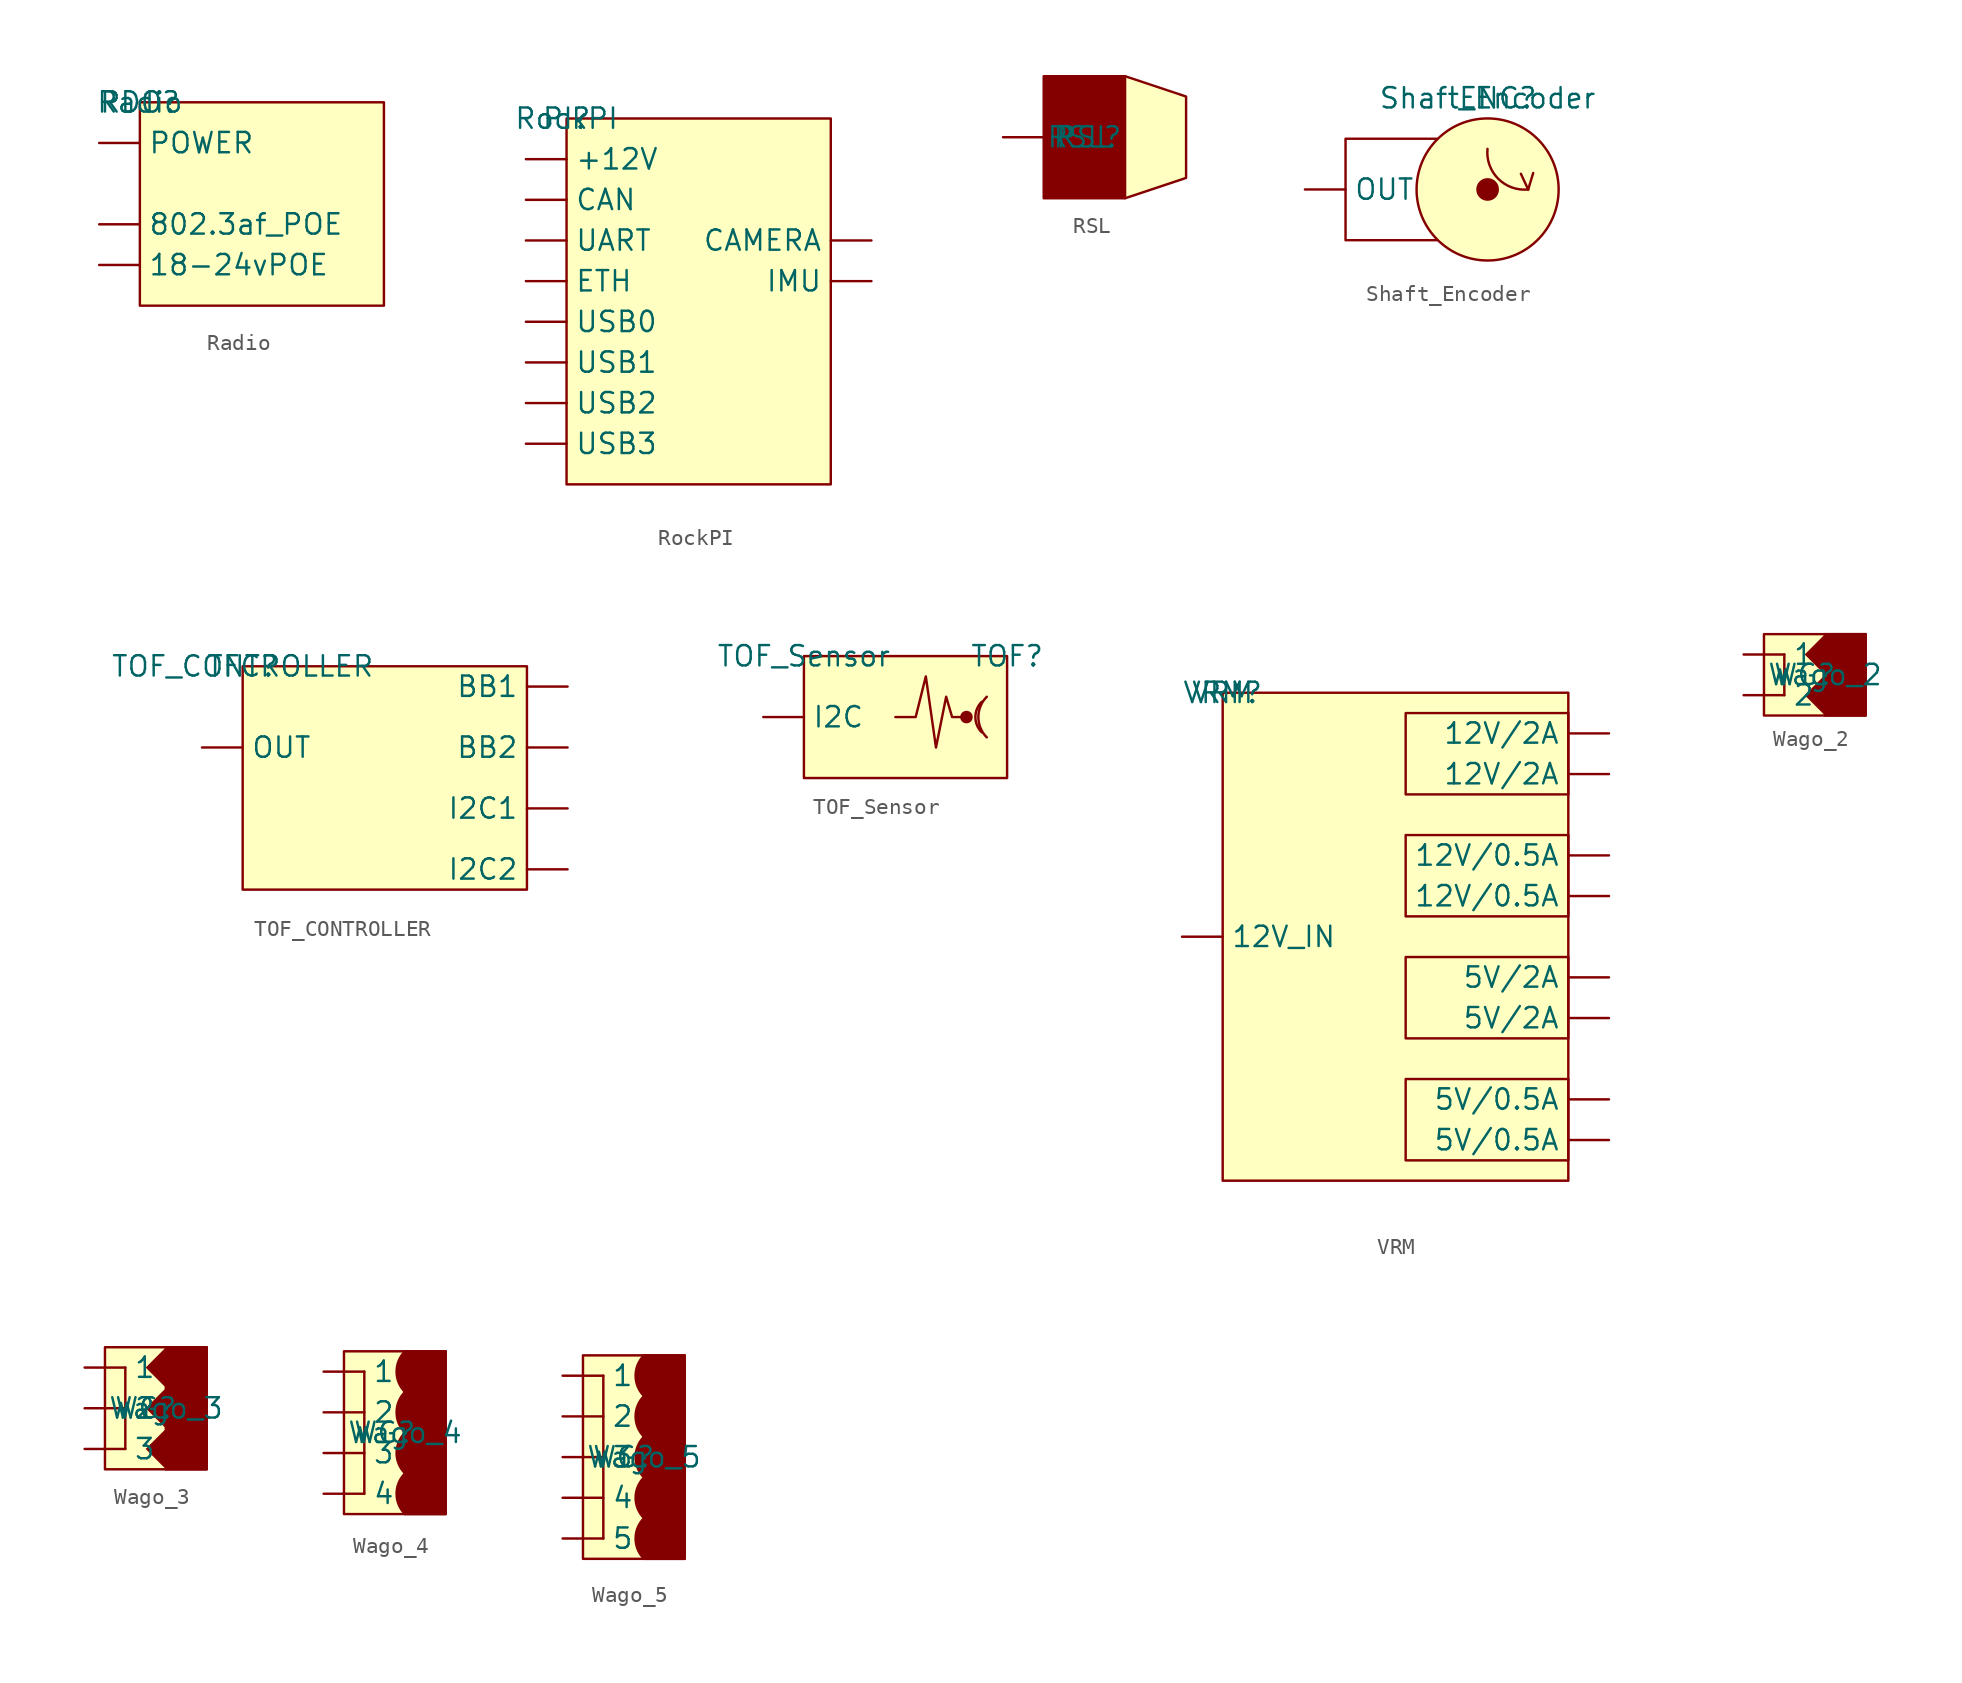
<source format=kicad_sym>
(kicad_symbol_lib
  (version 20211014)
  (generator kicad_symbol_editor)
  (symbol "Radio"
    (property "Reference" "RDO"
      (at 0 0 0)
      (effects (font (size 1.27 1.27))))
    (property "Value" "Radio"
      (at 0 0 0)
      (effects (font (size 1.27 1.27))))
    (symbol "Radio_0_0"
      (pin unspecified line (at -2.54 -10.16 0) (length 2.54) (name "18-24vPOE" (effects (font (size 1.27 1.27)))) (number "" (effects (font (size 1.27 1.27)))))
      (pin unspecified line (at -2.54 -7.62 0) (length 2.54) (name "802.3af_POE" (effects (font (size 1.27 1.27)))) (number "" (effects (font (size 1.27 1.27)))))
      (pin unspecified line (at -2.54 -2.54 0) (length 2.54) (name "POWER" (effects (font (size 1.27 1.27)))) (number "" (effects (font (size 1.27 1.27))))))
    (symbol "Radio_0_1"
      (rectangle (start 0 0) (end 15.24 -12.7) (stroke (width 0) (type default) (color 0 0 0 0)) (fill (type background)))))
  (symbol "RockPI"
    (property "Reference" "PI"
      (at 0 0 0)
      (effects (font (size 1.27 1.27))))
    (property "Value" "RockPI"
      (at 0 0 0)
      (effects (font (size 1.27 1.27))))
    (symbol "RockPI_0_1"
      (rectangle (start 0 0) (end 16.51 -22.86) (stroke (width 0) (type default) (color 0 0 0 0)) (fill (type background))))
    (symbol "RockPI_1_1"
      (pin input line (at -2.54 -2.54 0) (length 2.54) (name "+12V" (effects (font (size 1.27 1.27)))) (number "" (effects (font (size 1.27 1.27)))))
      (pin input line (at 19.05 -7.62 180) (length 2.54) (name "CAMERA" (effects (font (size 1.27 1.27)))) (number "" (effects (font (size 1.27 1.27)))))
      (pin input line (at -2.54 -5.08 0) (length 2.54) (name "CAN" (effects (font (size 1.27 1.27)))) (number "" (effects (font (size 1.27 1.27)))))
      (pin input line (at -2.54 -10.16 0) (length 2.54) (name "ETH" (effects (font (size 1.27 1.27)))) (number "" (effects (font (size 1.27 1.27)))))
      (pin input line (at 19.05 -10.16 180) (length 2.54) (name "IMU" (effects (font (size 1.27 1.27)))) (number "" (effects (font (size 1.27 1.27)))))
      (pin input line (at -2.54 -7.62 0) (length 2.54) (name "UART" (effects (font (size 1.27 1.27)))) (number "" (effects (font (size 1.27 1.27)))))
      (pin input line (at -2.54 -12.7 0) (length 2.54) (name "USB0" (effects (font (size 1.27 1.27)))) (number "" (effects (font (size 1.27 1.27)))))
      (pin input line (at -2.54 -15.24 0) (length 2.54) (name "USB1" (effects (font (size 1.27 1.27)))) (number "" (effects (font (size 1.27 1.27)))))
      (pin input line (at -2.54 -17.78 0) (length 2.54) (name "USB2" (effects (font (size 1.27 1.27)))) (number "" (effects (font (size 1.27 1.27)))))
      (pin input line (at -2.54 -20.32 0) (length 2.54) (name "USB3" (effects (font (size 1.27 1.27)))) (number "" (effects (font (size 1.27 1.27)))))))
  (symbol "RSL"
    (property "Reference" "RSL"
      (at 0 0 0)
      (effects (font (size 1.27 1.27))))
    (property "Value" "RSL"
      (at 0 0 0)
      (effects (font (size 1.27 1.27))))
    (symbol "RSL_0_1"
      (rectangle (start -2.54 3.81) (end 2.54 -3.81) (stroke (width 0) (type default) (color 0 0 0 0)) (fill (type outline)))
      (polyline (pts (xy 2.54 -3.81) (xy 6.35 -2.54) (xy 6.35 2.54) (xy 2.54 3.81)) (stroke (width 0) (type default) (color 0 0 0 0)) (fill (type background))))
    (symbol "RSL_1_1"
      (pin input line (at -5.08 0 0) (length 2.54) (name "P" (effects (font (size 1.27 1.27)))) (number "" (effects (font (size 1.27 1.27)))))))
  (symbol "Shaft_Encoder"
    (property "Reference" "ENC"
      (at 9.525 5.715 0)
      (effects (font (size 1.27 1.27))))
    (property "Value" "Shaft_Encoder"
      (at 8.89 5.715 0)
      (effects (font (size 1.27 1.27))))
    (symbol "Shaft_Encoder_0_1"
      (polyline (pts (xy 11.43 0) (xy 10.972 0.981)) (stroke (width 0) (type default) (color 0 0 0 0)) (fill (type none)))
      (polyline (pts (xy 11.43 0) (xy 11.743 1.031)) (stroke (width 0) (type default) (color 0 0 0 0)) (fill (type none)))
      (polyline (pts (xy 5.715 3.175) (xy 0 3.175) (xy 0 -3.175) (xy 5.715 -3.175)) (stroke (width 0) (type default) (color 0 0 0 0)) (fill (type none)))
      (circle (center 8.89 0) (radius 0.635) (stroke (width 0) (type default) (color 0 0 0 0)) (fill (type outline)))
      (circle (center 8.89 0) (radius 4.445) (stroke (width 0) (type default) (color 0 0 0 0)) (fill (type background)))
      (arc (start 8.89 2.54) (mid 7.4769 -1.4131) (end 11.43 0) (stroke (width 0) (type default) (color 0 0 0 0)) (fill (type none))))
    (symbol "Shaft_Encoder_1_1"
      (pin input line (at -2.54 0 0) (length 2.54) (name "OUT" (effects (font (size 1.27 1.27)))) (number "" (effects (font (size 1.27 1.27)))))))
  (symbol "TOF_CONTROLLER"
    (property "Reference" "TFC"
      (at 0 0 0)
      (effects (font (size 1.27 1.27))))
    (property "Value" "TOF_CONTROLLER"
      (at 0 0 0)
      (effects (font (size 1.27 1.27))))
    (symbol "TOF_CONTROLLER_0_0"
      (pin unspecified line (at 20.32 -1.27 180) (length 2.54) (name "BB1" (effects (font (size 1.27 1.27)))) (number "" (effects (font (size 1.27 1.27)))))
      (pin unspecified line (at 20.32 -5.08 180) (length 2.54) (name "BB2" (effects (font (size 1.27 1.27)))) (number "" (effects (font (size 1.27 1.27)))))
      (pin unspecified line (at 20.32 -8.89 180) (length 2.54) (name "I2C1" (effects (font (size 1.27 1.27)))) (number "" (effects (font (size 1.27 1.27)))))
      (pin unspecified line (at 20.32 -12.7 180) (length 2.54) (name "I2C2" (effects (font (size 1.27 1.27)))) (number "" (effects (font (size 1.27 1.27)))))
      (pin unspecified line (at -2.54 -5.08 0) (length 2.54) (name "OUT" (effects (font (size 1.27 1.27)))) (number "" (effects (font (size 1.27 1.27))))))
    (symbol "TOF_CONTROLLER_0_1"
      (rectangle (start 0 0) (end 17.78 -13.97) (stroke (width 0) (type default) (color 0 0 0 0)) (fill (type background)))))
  (symbol "TOF_Sensor"
    (property "Reference" "TOF"
      (at 12.7 0 0)
      (effects (font (size 1.27 1.27))))
    (property "Value" "TOF_Sensor"
      (at 0 0 0)
      (effects (font (size 1.27 1.27))))
    (symbol "TOF_Sensor_0_0"
      (pin unspecified line (at -2.54 -3.81 0) (length 2.54) (name "I2C" (effects (font (size 1.27 1.27)))) (number "" (effects (font (size 1.27 1.27))))))
    (symbol "TOF_Sensor_0_1"
      (rectangle (start 0 -7.62) (end 12.7 0) (stroke (width 0) (type default) (color 0 0 0 0)) (fill (type background)))
      (polyline (pts (xy 5.715 -3.81) (xy 6.985 -3.81) (xy 7.62 -1.27) (xy 8.255 -5.715) (xy 8.89 -2.54) (xy 9.263 -3.809) (xy 10.16 -3.81)) (stroke (width 0) (type default) (color 0 0 0 0)) (fill (type none)))
      (circle (center 10.16 -3.81) (radius 0.316) (stroke (width 0) (type default) (color 0 0 0 0)) (fill (type outline)))
      (arc (start 11.1125 -2.8574) (mid 8.8129 -3.8101) (end 11.1126 -4.7624) (stroke (width 0) (type default) (color 0 0 0 0)) (fill (type none)))
      (arc (start 11.4301 -2.54) (mid 8.3639 -3.81) (end 11.4301 -5.08) (stroke (width 0) (type default) (color 0 0 0 0)) (fill (type none)))))
  (symbol "VRM"
    (property "Reference" "VRM"
      (at 0 0 0)
      (effects (font (size 1.27 1.27))))
    (property "Value" "VRM"
      (at 0 0 0)
      (effects (font (size 1.27 1.27))))
    (symbol "VRM_0_0"
      (pin unspecified line (at 24.13 -12.7 180) (length 2.54) (name "12V/0.5A" (effects (font (size 1.27 1.27)))) (number "" (effects (font (size 1.27 1.27)))))
      (pin unspecified line (at 24.13 -10.16 180) (length 2.54) (name "12V/0.5A" (effects (font (size 1.27 1.27)))) (number "" (effects (font (size 1.27 1.27)))))
      (pin unspecified line (at 24.13 -5.08 180) (length 2.54) (name "12V/2A" (effects (font (size 1.27 1.27)))) (number "" (effects (font (size 1.27 1.27)))))
      (pin unspecified line (at 24.13 -2.54 180) (length 2.54) (name "12V/2A" (effects (font (size 1.27 1.27)))) (number "" (effects (font (size 1.27 1.27)))))
      (pin unspecified line (at -2.54 -15.24 0) (length 2.54) (name "12V_IN" (effects (font (size 1.27 1.27)))) (number "" (effects (font (size 1.27 1.27)))))
      (pin unspecified line (at 24.13 -27.94 180) (length 2.54) (name "5V/0.5A" (effects (font (size 1.27 1.27)))) (number "" (effects (font (size 1.27 1.27)))))
      (pin unspecified line (at 24.13 -25.4 180) (length 2.54) (name "5V/0.5A" (effects (font (size 1.27 1.27)))) (number "" (effects (font (size 1.27 1.27)))))
      (pin unspecified line (at 24.13 -20.32 180) (length 2.54) (name "5V/2A" (effects (font (size 1.27 1.27)))) (number "" (effects (font (size 1.27 1.27)))))
      (pin unspecified line (at 24.13 -17.78 180) (length 2.54) (name "5V/2A" (effects (font (size 1.27 1.27)))) (number "" (effects (font (size 1.27 1.27))))))
    (symbol "VRM_0_1"
      (rectangle (start 0 0) (end 21.59 -30.48) (stroke (width 0) (type default) (color 0 0 0 0)) (fill (type background)))
      (rectangle (start 11.43 -24.13) (end 21.59 -29.21) (stroke (width 0) (type default) (color 0 0 0 0)) (fill (type none)))
      (rectangle (start 11.43 -16.51) (end 21.59 -21.59) (stroke (width 0) (type default) (color 0 0 0 0)) (fill (type none)))
      (rectangle (start 11.43 -8.89) (end 21.59 -13.97) (stroke (width 0) (type default) (color 0 0 0 0)) (fill (type none)))
      (rectangle (start 11.43 -1.27) (end 21.59 -6.35) (stroke (width 0) (type default) (color 0 0 0 0)) (fill (type none)))))
  (symbol "Wago_2"
    (property "Reference" "WG"
      (at 1.27 0 0)
      (effects (font (size 1.27 1.27))))
    (property "Value" "Wago_2"
      (at 2.54 0 0)
      (effects (font (size 1.27 1.27))))
    (symbol "Wago_2_0_1"
      (rectangle (start -1.27 2.54) (end 5.08 -2.54) (stroke (width 0) (type default) (color 0 0 0 0)) (fill (type background)))
      (polyline (pts (xy 0 1.27) (xy 0 -1.27)) (stroke (width 0) (type default) (color 0 0 0 0)) (fill (type none)))
      (arc (start 2.54 -2.54) (mid 5.6062 -1.27) (end 2.54 0) (stroke (width 0) (type default) (color 0 0 0 0)) (fill (type outline)))
      (arc (start 2.54 -1.27) (mid 2.54 -1.27) (end 2.54 -1.27) (stroke (width 0) (type default) (color 0 0 0 0)) (fill (type none)))
      (arc (start 2.54 0) (mid 5.6062 1.27) (end 2.54 2.54) (stroke (width 0) (type default) (color 0 0 0 0)) (fill (type outline)))
      (rectangle (start 2.54 0) (end 5.08 -2.54) (stroke (width 0) (type default) (color 0 0 0 0)) (fill (type outline)))
      (rectangle (start 2.54 2.54) (end 5.08 0) (stroke (width 0) (type default) (color 0 0 0 0)) (fill (type outline)))
      (rectangle (start 3.81 -1.27) (end 3.81 -1.27) (stroke (width 0) (type default) (color 0 0 0 0)) (fill (type none))))
    (symbol "Wago_2_1_1"
      (pin input line (at -2.54 1.27 0) (length 2.54) (name "1" (effects (font (size 1.27 1.27)))) (number "" (effects (font (size 1.27 1.27)))))
      (pin input line (at -2.54 -1.27 0) (length 2.54) (name "2" (effects (font (size 1.27 1.27)))) (number "" (effects (font (size 1.27 1.27)))))))
  (symbol "Wago_3"
    (property "Reference" "WG"
      (at 1.27 0 0)
      (effects (font (size 1.27 1.27))))
    (property "Value" "Wago_3"
      (at 2.54 0 0)
      (effects (font (size 1.27 1.27))))
    (symbol "Wago_3_0_1"
      (rectangle (start -1.27 3.81) (end 5.08 -3.81) (stroke (width 0) (type default) (color 0 0 0 0)) (fill (type background)))
      (polyline (pts (xy 0 2.54) (xy 0 -2.54)) (stroke (width 0) (type default) (color 0 0 0 0)) (fill (type none)))
      (arc (start 2.54 -3.81) (mid 5.6062 -2.54) (end 2.54 -1.27) (stroke (width 0) (type default) (color 0 0 0 0)) (fill (type outline)))
      (arc (start 2.54 -1.27) (mid 5.6062 0) (end 2.54 1.27) (stroke (width 0) (type default) (color 0 0 0 0)) (fill (type outline)))
      (rectangle (start 2.54 -1.27) (end 5.08 -3.81) (stroke (width 0) (type default) (color 0 0 0 0)) (fill (type outline)))
      (arc (start 2.54 1.27) (mid 5.6062 2.54) (end 2.54 3.81) (stroke (width 0) (type default) (color 0 0 0 0)) (fill (type outline)))
      (rectangle (start 2.54 1.27) (end 5.08 -1.27) (stroke (width 0) (type default) (color 0 0 0 0)) (fill (type outline)))
      (arc (start 2.54 2.54) (mid 2.54 2.54) (end 2.54 2.54) (stroke (width 0) (type default) (color 0 0 0 0)) (fill (type none)))
      (rectangle (start 2.54 3.81) (end 5.08 1.27) (stroke (width 0) (type default) (color 0 0 0 0)) (fill (type outline)))
      (rectangle (start 3.81 -1.27) (end 3.81 -1.27) (stroke (width 0) (type default) (color 0 0 0 0)) (fill (type none))))
    (symbol "Wago_3_1_1"
      (pin input line (at -2.54 2.54 0) (length 2.54) (name "1" (effects (font (size 1.27 1.27)))) (number "" (effects (font (size 1.27 1.27)))))
      (pin input line (at -2.54 0 0) (length 2.54) (name "2" (effects (font (size 1.27 1.27)))) (number "" (effects (font (size 1.27 1.27)))))
      (pin input line (at -2.54 -2.54 0) (length 2.54) (name "3" (effects (font (size 1.27 1.27)))) (number "" (effects (font (size 1.27 1.27)))))))
  (symbol "Wago_4"
    (property "Reference" "WG"
      (at 0 0 0)
      (effects (font (size 1.27 1.27))))
    (property "Value" "Wago_4"
      (at 1.27 0 0)
      (effects (font (size 1.27 1.27))))
    (symbol "Wago_4_0_1"
      (rectangle (start -2.54 5.08) (end 3.81 -5.08) (stroke (width 0) (type default) (color 0 0 0 0)) (fill (type background)))
      (polyline (pts (xy -1.27 3.81) (xy -1.27 -3.81)) (stroke (width 0) (type default) (color 0 0 0 0)) (fill (type none)))
      (rectangle (start 1.27 -3.81) (end 1.27 -3.81) (stroke (width 0) (type default) (color 0 0 0 0)) (fill (type none)))
      (arc (start 1.27 -2.54) (mid 0.744 -3.81) (end 1.27 -5.08) (stroke (width 0) (type default) (color 0 0 0 0)) (fill (type outline)))
      (rectangle (start 1.27 -2.54) (end 3.81 -5.08) (stroke (width 0) (type default) (color 0 0 0 0)) (fill (type outline)))
      (arc (start 1.27 0) (mid 0.744 -1.27) (end 1.27 -2.54) (stroke (width 0) (type default) (color 0 0 0 0)) (fill (type outline)))
      (rectangle (start 1.27 0) (end 3.81 -2.54) (stroke (width 0) (type default) (color 0 0 0 0)) (fill (type outline)))
      (arc (start 1.27 2.54) (mid 0.744 1.27) (end 1.27 0) (stroke (width 0) (type default) (color 0 0 0 0)) (fill (type outline)))
      (rectangle (start 1.27 2.54) (end 3.81 0) (stroke (width 0) (type default) (color 0 0 0 0)) (fill (type outline)))
      (arc (start 1.27 5.08) (mid 0.744 3.81) (end 1.27 2.54) (stroke (width 0) (type default) (color 0 0 0 0)) (fill (type outline)))
      (rectangle (start 1.27 5.08) (end 1.27 5.08) (stroke (width 0) (type default) (color 0 0 0 0)) (fill (type none)))
      (rectangle (start 1.27 5.08) (end 3.81 2.54) (stroke (width 0) (type default) (color 0 0 0 0)) (fill (type outline)))
      (rectangle (start 2.54 -1.27) (end 2.54 -1.27) (stroke (width 0) (type default) (color 0 0 0 0)) (fill (type none))))
    (symbol "Wago_4_1_1"
      (pin input line (at -3.81 3.81 0) (length 2.54) (name "1" (effects (font (size 1.27 1.27)))) (number "" (effects (font (size 1.27 1.27)))))
      (pin input line (at -3.81 1.27 0) (length 2.54) (name "2" (effects (font (size 1.27 1.27)))) (number "" (effects (font (size 1.27 1.27)))))
      (pin input line (at -3.81 -1.27 0) (length 2.54) (name "3" (effects (font (size 1.27 1.27)))) (number "" (effects (font (size 1.27 1.27)))))
      (pin input line (at -3.81 -3.81 0) (length 2.54) (name "4" (effects (font (size 1.27 1.27)))) (number "" (effects (font (size 1.27 1.27)))))))
  (symbol "Wago_5"
    (property "Reference" "WG"
      (at 0 -1.27 0)
      (effects (font (size 1.27 1.27))))
    (property "Value" "Wago_5"
      (at 1.27 -1.27 0)
      (effects (font (size 1.27 1.27))))
    (symbol "Wago_5_0_1"
      (rectangle (start -2.54 5.08) (end 3.81 -7.62) (stroke (width 0) (type default) (color 0 0 0 0)) (fill (type background)))
      (polyline (pts (xy -1.27 3.81) (xy -1.27 -6.35)) (stroke (width 0) (type default) (color 0 0 0 0)) (fill (type none)))
      (rectangle (start 1.27 -6.35) (end 1.27 -6.35) (stroke (width 0) (type default) (color 0 0 0 0)) (fill (type none)))
      (rectangle (start 1.27 -6.35) (end 1.27 -6.35) (stroke (width 0) (type default) (color 0 0 0 0)) (fill (type none)))
      (arc (start 1.27 -5.08) (mid 0.744 -6.35) (end 1.27 -7.62) (stroke (width 0) (type default) (color 0 0 0 0)) (fill (type outline)))
      (rectangle (start 1.27 -5.08) (end 3.81 -7.62) (stroke (width 0) (type default) (color 0 0 0 0)) (fill (type outline)))
      (rectangle (start 1.27 -3.81) (end 1.27 -3.81) (stroke (width 0) (type default) (color 0 0 0 0)) (fill (type none)))
      (arc (start 1.27 -2.54) (mid 0.744 -3.81) (end 1.27 -5.08) (stroke (width 0) (type default) (color 0 0 0 0)) (fill (type outline)))
      (rectangle (start 1.27 -2.54) (end 3.81 -5.08) (stroke (width 0) (type default) (color 0 0 0 0)) (fill (type outline)))
      (arc (start 1.27 0) (mid 0.744 -1.27) (end 1.27 -2.54) (stroke (width 0) (type default) (color 0 0 0 0)) (fill (type outline)))
      (rectangle (start 1.27 0) (end 3.81 -2.54) (stroke (width 0) (type default) (color 0 0 0 0)) (fill (type outline)))
      (arc (start 1.27 2.54) (mid 0.744 1.27) (end 1.27 0) (stroke (width 0) (type default) (color 0 0 0 0)) (fill (type outline)))
      (rectangle (start 1.27 2.54) (end 3.81 0) (stroke (width 0) (type default) (color 0 0 0 0)) (fill (type outline)))
      (arc (start 1.27 5.08) (mid 0.744 3.81) (end 1.27 2.54) (stroke (width 0) (type default) (color 0 0 0 0)) (fill (type outline)))
      (rectangle (start 1.27 5.08) (end 1.27 5.08) (stroke (width 0) (type default) (color 0 0 0 0)) (fill (type none)))
      (rectangle (start 1.27 5.08) (end 3.81 2.54) (stroke (width 0) (type default) (color 0 0 0 0)) (fill (type outline)))
      (rectangle (start 2.54 -1.27) (end 2.54 -1.27) (stroke (width 0) (type default) (color 0 0 0 0)) (fill (type none))))
    (symbol "Wago_5_1_1"
      (pin input line (at -3.81 3.81 0) (length 2.54) (name "1" (effects (font (size 1.27 1.27)))) (number "" (effects (font (size 1.27 1.27)))))
      (pin input line (at -3.81 1.27 0) (length 2.54) (name "2" (effects (font (size 1.27 1.27)))) (number "" (effects (font (size 1.27 1.27)))))
      (pin input line (at -3.81 -1.27 0) (length 2.54) (name "3" (effects (font (size 1.27 1.27)))) (number "" (effects (font (size 1.27 1.27)))))
      (pin input line (at -3.81 -3.81 0) (length 2.54) (name "4" (effects (font (size 1.27 1.27)))) (number "" (effects (font (size 1.27 1.27)))))
      (pin input line (at -3.81 -6.35 0) (length 2.54) (name "5" (effects (font (size 1.27 1.27)))) (number "" (effects (font (size 1.27 1.27))))))))
</source>
